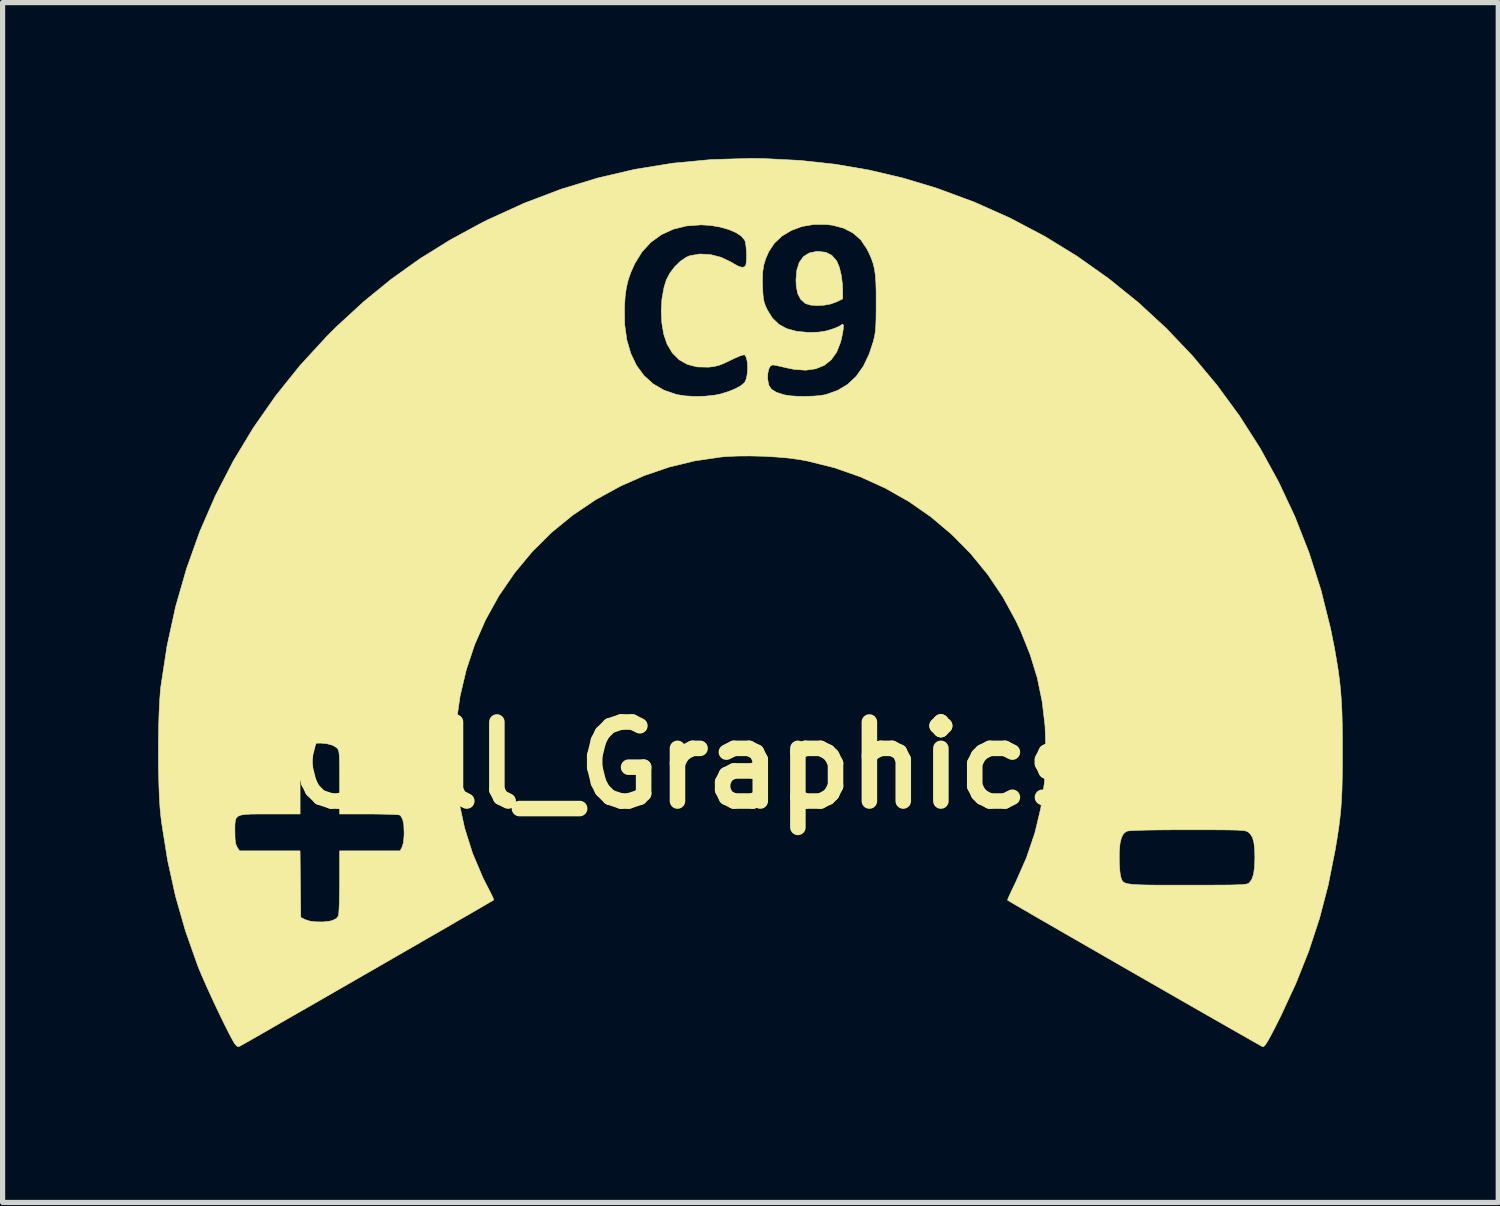
<source format=kicad_pcb>
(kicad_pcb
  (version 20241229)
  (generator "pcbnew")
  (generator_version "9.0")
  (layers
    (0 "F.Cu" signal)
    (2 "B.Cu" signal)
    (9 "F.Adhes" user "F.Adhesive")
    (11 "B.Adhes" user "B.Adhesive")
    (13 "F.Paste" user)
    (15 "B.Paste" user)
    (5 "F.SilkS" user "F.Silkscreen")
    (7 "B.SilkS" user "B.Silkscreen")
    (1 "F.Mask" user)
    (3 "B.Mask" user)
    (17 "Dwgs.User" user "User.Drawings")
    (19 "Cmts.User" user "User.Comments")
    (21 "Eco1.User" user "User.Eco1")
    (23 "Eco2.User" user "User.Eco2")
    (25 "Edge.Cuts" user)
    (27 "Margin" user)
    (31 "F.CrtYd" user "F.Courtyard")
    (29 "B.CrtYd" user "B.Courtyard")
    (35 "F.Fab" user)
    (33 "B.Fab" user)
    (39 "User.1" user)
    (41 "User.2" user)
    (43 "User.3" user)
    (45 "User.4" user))
  (footprint "Cell_Graphics_C9"
    (layer "F.Cu")
    (at 12.339 11.71)
    (property "Reference" "Cell_Graphics_C9" (at 0 0 0) (layer "F.SilkS") (effects (font (size 1.524 1.524) (thickness 0.3))))
    (attr through_hole)
    (fp_poly (pts (xy 0.538 -9.894) (xy 0.653 -9.836) (xy 0.741 -9.737) (xy 0.754 -9.715) (xy 0.801 -9.6) (xy 0.837 -9.449) (xy 0.859 -9.278) (xy 0.864 -9.151) (xy 0.864 -8.996) (xy 0.743 -8.937) (xy 0.631 -8.897) (xy 0.5 -8.873) (xy 0.365 -8.866) (xy 0.244 -8.876) (xy 0.151 -8.904) (xy 0.138 -8.911) (xy 0.054 -8.987) (xy -0.002 -9.094) (xy -0.031 -9.238) (xy -0.037 -9.36) (xy -0.021 -9.549) (xy 0.026 -9.698) (xy 0.105 -9.809) (xy 0.215 -9.879) (xy 0.356 -9.91) (xy 0.392 -9.911) (xy 0.538 -9.894)) (stroke (width 0.01) (type solid)) (fill yes) (layer "F.SilkS"))
    (fp_poly (pts (xy -0.66 -11.702) (xy 0.041 -11.666) (xy 0.717 -11.593) (xy 1.376 -11.48) (xy 2.028 -11.326) (xy 2.682 -11.129) (xy 2.692 -11.125) (xy 3.406 -10.861) (xy 4.095 -10.553) (xy 4.757 -10.204) (xy 5.39 -9.815) (xy 5.994 -9.387) (xy 6.567 -8.924) (xy 7.108 -8.425) (xy 7.614 -7.893) (xy 8.085 -7.329) (xy 8.519 -6.736) (xy 8.916 -6.114) (xy 9.272 -5.465) (xy 9.588 -4.791) (xy 9.861 -4.094) (xy 10.09 -3.375) (xy 10.274 -2.636) (xy 10.349 -2.261) (xy 10.389 -2.03) (xy 10.422 -1.823) (xy 10.448 -1.628) (xy 10.468 -1.438) (xy 10.482 -1.242) (xy 10.493 -1.031) (xy 10.499 -0.795) (xy 10.502 -0.525) (xy 10.502 -0.292) (xy 10.502 -0.001) (xy 10.499 0.248) (xy 10.494 0.464) (xy 10.485 0.658) (xy 10.473 0.838) (xy 10.455 1.013) (xy 10.433 1.192) (xy 10.404 1.385) (xy 10.368 1.601) (xy 10.362 1.638) (xy 10.229 2.307) (xy 10.061 2.951) (xy 9.854 3.582) (xy 9.605 4.208) (xy 9.312 4.84) (xy 9.289 4.885) (xy 9.2 5.062) (xy 9.13 5.197) (xy 9.076 5.296) (xy 9.035 5.364) (xy 9.005 5.405) (xy 8.982 5.425) (xy 8.964 5.428) (xy 8.963 5.428) (xy 8.938 5.414) (xy 8.872 5.377) (xy 8.769 5.319) (xy 8.632 5.241) (xy 8.465 5.146) (xy 8.271 5.035) (xy 8.053 4.911) (xy 7.816 4.775) (xy 7.562 4.63) (xy 7.295 4.477) (xy 7.018 4.318) (xy 6.735 4.156) (xy 6.45 3.992) (xy 6.164 3.828) (xy 5.884 3.667) (xy 5.61 3.509) (xy 5.348 3.358) (xy 5.099 3.215) (xy 4.869 3.082) (xy 4.66 2.962) (xy 4.476 2.855) (xy 4.319 2.764) (xy 4.195 2.692) (xy 4.105 2.639) (xy 4.054 2.608) (xy 4.043 2.602) (xy 4.05 2.578) (xy 4.077 2.516) (xy 4.118 2.426) (xy 4.172 2.314) (xy 4.2 2.256) (xy 4.409 1.781) (xy 4.412 1.772) (xy 6.198 1.772) (xy 6.2 1.896) (xy 6.207 2.011) (xy 6.217 2.101) (xy 6.224 2.139) (xy 6.235 2.178) (xy 6.247 2.211) (xy 6.263 2.238) (xy 6.29 2.26) (xy 6.33 2.277) (xy 6.388 2.289) (xy 6.469 2.299) (xy 6.577 2.305) (xy 6.716 2.309) (xy 6.891 2.311) (xy 7.105 2.311) (xy 7.364 2.311) (xy 7.511 2.311) (xy 7.783 2.311) (xy 8.009 2.311) (xy 8.193 2.31) (xy 8.34 2.309) (xy 8.454 2.306) (xy 8.54 2.303) (xy 8.603 2.298) (xy 8.646 2.292) (xy 8.675 2.285) (xy 8.695 2.276) (xy 8.709 2.264) (xy 8.711 2.262) (xy 8.758 2.193) (xy 8.79 2.091) (xy 8.808 1.951) (xy 8.814 1.778) (xy 8.809 1.608) (xy 8.793 1.48) (xy 8.765 1.387) (xy 8.722 1.321) (xy 8.695 1.297) (xy 8.678 1.284) (xy 8.657 1.274) (xy 8.629 1.265) (xy 8.588 1.259) (xy 8.53 1.254) (xy 8.45 1.25) (xy 8.344 1.248) (xy 8.206 1.246) (xy 8.032 1.245) (xy 7.817 1.245) (xy 7.557 1.245) (xy 7.516 1.245) (xy 7.211 1.245) (xy 6.955 1.247) (xy 6.745 1.25) (xy 6.581 1.254) (xy 6.46 1.259) (xy 6.381 1.265) (xy 6.341 1.273) (xy 6.34 1.273) (xy 6.281 1.319) (xy 6.239 1.398) (xy 6.212 1.514) (xy 6.199 1.673) (xy 6.198 1.772) (xy 4.412 1.772) (xy 4.57 1.306) (xy 4.685 0.826) (xy 4.755 0.331) (xy 4.783 -0.185) (xy 4.783 -0.254) (xy 4.767 -0.753) (xy 4.712 -1.225) (xy 4.618 -1.681) (xy 4.481 -2.13) (xy 4.3 -2.582) (xy 4.207 -2.781) (xy 3.954 -3.245) (xy 3.661 -3.68) (xy 3.331 -4.084) (xy 2.965 -4.454) (xy 2.568 -4.789) (xy 2.14 -5.087) (xy 1.685 -5.345) (xy 1.206 -5.563) (xy 0.705 -5.738) (xy 0.184 -5.868) (xy 0.038 -5.895) (xy -0.166 -5.924) (xy -0.405 -5.945) (xy -0.664 -5.96) (xy -0.926 -5.966) (xy -1.178 -5.964) (xy -1.402 -5.953) (xy -1.477 -5.946) (xy -1.989 -5.871) (xy -2.481 -5.752) (xy -2.961 -5.588) (xy -3.416 -5.387) (xy -3.897 -5.124) (xy -4.341 -4.825) (xy -4.75 -4.491) (xy -5.123 -4.121) (xy -5.462 -3.713) (xy -5.767 -3.268) (xy -5.771 -3.261) (xy -6.024 -2.805) (xy -6.233 -2.33) (xy -6.396 -1.839) (xy -6.515 -1.337) (xy -6.588 -0.828) (xy -6.616 -0.315) (xy -6.599 0.198) (xy -6.537 0.706) (xy -6.429 1.207) (xy -6.275 1.696) (xy -6.075 2.169) (xy -5.948 2.418) (xy -5.906 2.5) (xy -5.877 2.563) (xy -5.867 2.596) (xy -5.868 2.598) (xy -5.892 2.613) (xy -5.958 2.651) (xy -6.06 2.711) (xy -6.196 2.79) (xy -6.362 2.887) (xy -6.556 2.998) (xy -6.772 3.124) (xy -7.009 3.26) (xy -7.263 3.407) (xy -7.529 3.56) (xy -7.805 3.719) (xy -8.087 3.882) (xy -8.373 4.046) (xy -8.657 4.21) (xy -8.938 4.371) (xy -9.211 4.529) (xy -9.473 4.679) (xy -9.721 4.821) (xy -9.951 4.953) (xy -10.159 5.073) (xy -10.343 5.179) (xy -10.499 5.268) (xy -10.624 5.339) (xy -10.713 5.389) (xy -10.764 5.418) (xy -10.775 5.424) (xy -10.815 5.421) (xy -10.858 5.376) (xy -10.872 5.355) (xy -10.919 5.272) (xy -10.983 5.15) (xy -11.059 4.999) (xy -11.143 4.827) (xy -11.231 4.642) (xy -11.319 4.453) (xy -11.403 4.269) (xy -11.478 4.098) (xy -11.542 3.949) (xy -11.577 3.861) (xy -11.812 3.195) (xy -12.005 2.521) (xy -12.157 1.83) (xy -12.251 1.24) (xy -10.859 1.24) (xy -10.858 1.28) (xy -10.856 1.405) (xy -10.847 1.492) (xy -10.83 1.552) (xy -10.813 1.582) (xy -10.768 1.651) (xy -9.602 1.651) (xy -9.595 2.292) (xy -9.588 2.934) (xy -9.5 2.978) (xy -9.409 3.006) (xy -9.288 3.02) (xy -9.156 3.021) (xy -9.03 3.006) (xy -8.984 2.996) (xy -8.901 2.956) (xy -8.863 2.905) (xy -8.856 2.862) (xy -8.85 2.776) (xy -8.845 2.656) (xy -8.842 2.509) (xy -8.84 2.344) (xy -8.839 2.246) (xy -8.839 1.651) (xy -7.672 1.651) (xy -7.633 1.576) (xy -7.608 1.491) (xy -7.596 1.361) (xy -7.595 1.295) (xy -7.601 1.148) (xy -7.622 1.045) (xy -7.658 0.979) (xy -7.681 0.959) (xy -7.714 0.954) (xy -7.789 0.949) (xy -7.9 0.945) (xy -8.039 0.942) (xy -8.198 0.94) (xy -8.274 0.94) (xy -8.839 0.94) (xy -8.839 0.329) (xy -8.839 0.138) (xy -8.84 -0.01) (xy -8.842 -0.119) (xy -8.846 -0.198) (xy -8.852 -0.252) (xy -8.861 -0.288) (xy -8.873 -0.313) (xy -8.89 -0.332) (xy -8.899 -0.342) (xy -8.973 -0.386) (xy -9.08 -0.415) (xy -9.206 -0.428) (xy -9.335 -0.424) (xy -9.453 -0.404) (xy -9.544 -0.366) (xy -9.562 -0.353) (xy -9.575 -0.337) (xy -9.585 -0.311) (xy -9.592 -0.269) (xy -9.597 -0.205) (xy -9.6 -0.112) (xy -9.601 0.015) (xy -9.601 0.183) (xy -9.601 0.305) (xy -9.601 0.94) (xy -10.181 0.94) (xy -10.384 0.94) (xy -10.542 0.941) (xy -10.66 0.948) (xy -10.745 0.961) (xy -10.801 0.985) (xy -10.835 1.022) (xy -10.852 1.075) (xy -10.858 1.147) (xy -10.859 1.24) (xy -12.251 1.24) (xy -12.271 1.113) (xy -12.286 0.991) (xy -12.303 0.817) (xy -12.316 0.603) (xy -12.325 0.357) (xy -12.332 0.09) (xy -12.334 -0.19) (xy -12.333 -0.472) (xy -12.329 -0.748) (xy -12.321 -1.006) (xy -12.31 -1.239) (xy -12.296 -1.436) (xy -12.286 -1.524) (xy -12.168 -2.299) (xy -12.003 -3.056) (xy -11.792 -3.791) (xy -11.537 -4.505) (xy -11.236 -5.197) (xy -10.892 -5.864) (xy -10.505 -6.506) (xy -10.074 -7.123) (xy -9.602 -7.711) (xy -9.087 -8.272) (xy -8.887 -8.471) (xy -8.5 -8.826) (xy -3.345 -8.826) (xy -3.341 -8.501) (xy -3.3 -8.206) (xy -3.223 -7.942) (xy -3.113 -7.712) (xy -2.968 -7.515) (xy -2.791 -7.356) (xy -2.582 -7.234) (xy -2.343 -7.152) (xy -2.342 -7.151) (xy -2.18 -7.125) (xy -1.988 -7.114) (xy -1.789 -7.119) (xy -1.601 -7.139) (xy -1.488 -7.162) (xy -1.339 -7.208) (xy -1.206 -7.263) (xy -1.1 -7.321) (xy -1.032 -7.378) (xy -1.021 -7.393) (xy -0.992 -7.464) (xy -0.975 -7.559) (xy -0.969 -7.663) (xy -0.974 -7.765) (xy -0.99 -7.85) (xy -1.015 -7.905) (xy -1.031 -7.916) (xy -1.068 -7.911) (xy -1.138 -7.887) (xy -1.23 -7.846) (xy -1.302 -7.812) (xy -1.423 -7.753) (xy -1.517 -7.716) (xy -1.604 -7.694) (xy -1.699 -7.681) (xy -1.728 -7.679) (xy -1.942 -7.683) (xy -2.13 -7.731) (xy -2.29 -7.821) (xy -2.422 -7.953) (xy -2.525 -8.126) (xy -2.526 -8.13) (xy -2.588 -8.315) (xy -2.624 -8.53) (xy -2.636 -8.762) (xy -2.622 -8.995) (xy -2.582 -9.217) (xy -2.538 -9.36) (xy -2.534 -9.368) (xy -0.684 -9.368) (xy -0.681 -9.235) (xy -0.675 -9.104) (xy -0.666 -9.009) (xy -0.651 -8.934) (xy -0.628 -8.866) (xy -0.592 -8.789) (xy -0.587 -8.778) (xy -0.49 -8.623) (xy -0.367 -8.505) (xy -0.214 -8.421) (xy -0.027 -8.37) (xy 0.197 -8.349) (xy 0.241 -8.349) (xy 0.395 -8.354) (xy 0.523 -8.372) (xy 0.641 -8.405) (xy 0.728 -8.436) (xy 0.794 -8.465) (xy 0.826 -8.485) (xy 0.827 -8.486) (xy 0.86 -8.508) (xy 0.865 -8.509) (xy 0.878 -8.486) (xy 0.876 -8.424) (xy 0.862 -8.33) (xy 0.837 -8.214) (xy 0.822 -8.156) (xy 0.749 -7.97) (xy 0.644 -7.822) (xy 0.509 -7.714) (xy 0.344 -7.647) (xy 0.151 -7.62) (xy -0.07 -7.635) (xy -0.229 -7.668) (xy -0.331 -7.692) (xy -0.419 -7.711) (xy -0.478 -7.721) (xy -0.488 -7.722) (xy -0.532 -7.699) (xy -0.564 -7.638) (xy -0.581 -7.552) (xy -0.583 -7.452) (xy -0.566 -7.351) (xy -0.557 -7.322) (xy -0.509 -7.252) (xy -0.415 -7.194) (xy -0.274 -7.148) (xy -0.241 -7.14) (xy -0.135 -7.125) (xy 0.004 -7.116) (xy 0.159 -7.115) (xy 0.312 -7.121) (xy 0.447 -7.133) (xy 0.541 -7.15) (xy 0.766 -7.23) (xy 0.959 -7.346) (xy 1.124 -7.501) (xy 1.262 -7.695) (xy 1.375 -7.932) (xy 1.452 -8.166) (xy 1.471 -8.241) (xy 1.486 -8.313) (xy 1.496 -8.391) (xy 1.503 -8.486) (xy 1.507 -8.605) (xy 1.509 -8.759) (xy 1.509 -8.915) (xy 1.509 -9.134) (xy 1.504 -9.311) (xy 1.494 -9.455) (xy 1.476 -9.576) (xy 1.45 -9.683) (xy 1.413 -9.785) (xy 1.365 -9.892) (xy 1.327 -9.965) (xy 1.213 -10.134) (xy 1.066 -10.264) (xy 0.886 -10.358) (xy 0.672 -10.415) (xy 0.548 -10.431) (xy 0.308 -10.431) (xy 0.081 -10.392) (xy -0.125 -10.316) (xy -0.306 -10.208) (xy -0.454 -10.069) (xy -0.564 -9.902) (xy -0.565 -9.899) (xy -0.621 -9.771) (xy -0.658 -9.65) (xy -0.678 -9.521) (xy -0.684 -9.368) (xy -2.534 -9.368) (xy -2.471 -9.49) (xy -2.376 -9.615) (xy -2.265 -9.723) (xy -2.148 -9.801) (xy -2.083 -9.828) (xy -1.891 -9.861) (xy -1.687 -9.85) (xy -1.483 -9.798) (xy -1.288 -9.705) (xy -1.245 -9.678) (xy -1.144 -9.622) (xy -1.067 -9.603) (xy -1.018 -9.622) (xy -1.006 -9.641) (xy -0.994 -9.705) (xy -0.99 -9.8) (xy -0.992 -9.908) (xy -1.001 -10.013) (xy -1.015 -10.096) (xy -1.027 -10.131) (xy -1.091 -10.206) (xy -1.196 -10.275) (xy -1.335 -10.334) (xy -1.497 -10.38) (xy -1.675 -10.411) (xy -1.859 -10.423) (xy -1.867 -10.423) (xy -2.148 -10.402) (xy -2.405 -10.339) (xy -2.635 -10.233) (xy -2.836 -10.087) (xy -3.007 -9.902) (xy -3.144 -9.679) (xy -3.149 -9.669) (xy -3.221 -9.509) (xy -3.273 -9.361) (xy -3.309 -9.209) (xy -3.332 -9.038) (xy -3.345 -8.832) (xy -3.345 -8.826) (xy -8.5 -8.826) (xy -8.37 -8.946) (xy -7.841 -9.377) (xy -7.29 -9.77) (xy -6.711 -10.13) (xy -6.094 -10.465) (xy -5.973 -10.525) (xy -5.275 -10.843) (xy -4.572 -11.11) (xy -3.861 -11.327) (xy -3.141 -11.495) (xy -2.41 -11.613) (xy -1.666 -11.683) (xy -0.909 -11.705) (xy -0.66 -11.702)) (stroke (width 0.01) (type solid)) (fill yes) (layer "F.SilkS")))
  (gr_rect
    (start -3 -3)
    (end 25.847 20.142)
    (stroke (width 0.1) (type default))
    (fill no)
    (layer "Edge.Cuts")))
</source>
